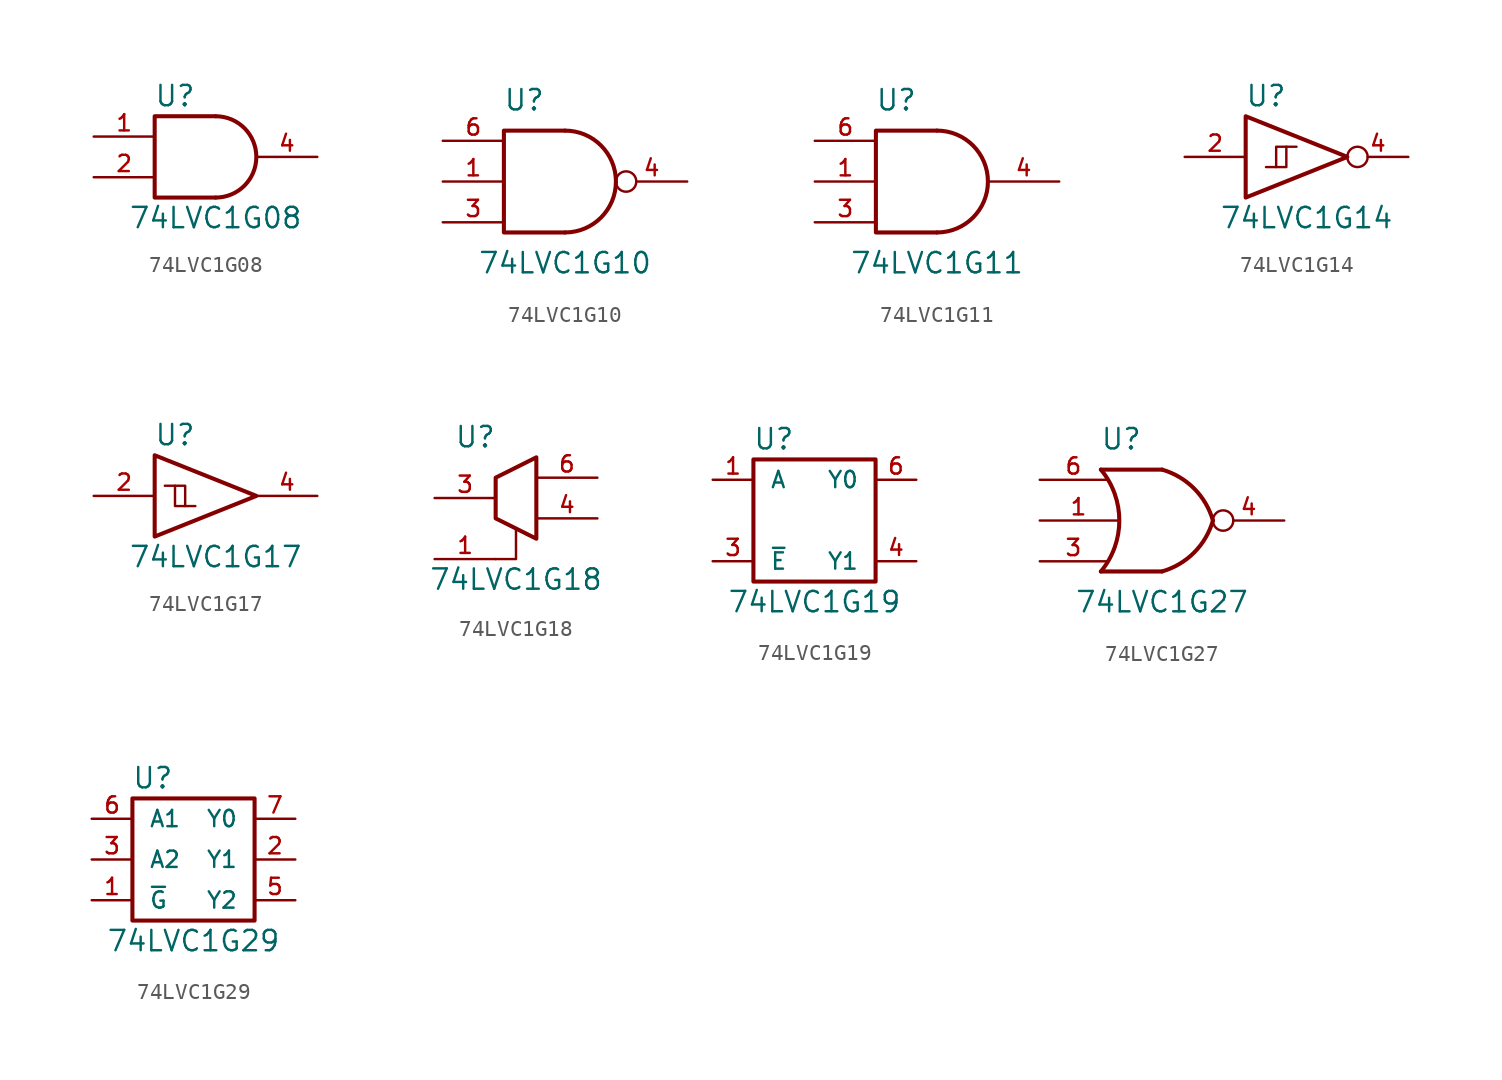
<source format=kicad_sym>
(kicad_symbol_lib
  (version 20201005)
  (generator kicad_symbol_editor)
  (symbol "74xGxx:74LVC1G08"
    (pin_names
      (offset 1.016))
    (property "Reference" "U"
      (at -2.54 3.81 0)
      (effects (font (size 1.27 1.27))))
    (property "Value" "74LVC1G08"
      (at 0 -3.81 0)
      (effects (font (size 1.27 1.27))))
    (symbol "74LVC1G08_0_1"
      (arc (start 0 -2.54) (end 0 2.54) (radius (at 0 0) (length 2.54) (angles -89.9 89.9)) (stroke (width 0.254)) (fill (type none)))
      (polyline (pts (xy 0 -2.54) (xy -3.81 -2.54) (xy -3.81 2.54) (xy 0 2.54)) (stroke (width 0.254)) (fill (type none))))
    (symbol "74LVC1G08_1_1"
      (pin input line (at -7.62 1.27 0) (length 3.81) (name "~" (effects (font (size 1.016 1.016)))) (number "1" (effects (font (size 1.016 1.016)))))
      (pin input line (at -7.62 -1.27 0) (length 3.81) (name "~" (effects (font (size 1.016 1.016)))) (number "2" (effects (font (size 1.016 1.016)))))
      (pin power_in line (at 0 -2.54 270) (length 0) hide (name "GND" (effects (font (size 1.016 1.016)))) (number "3" (effects (font (size 1.016 1.016)))))
      (pin output line (at 6.35 0 180) (length 3.81) (name "~" (effects (font (size 1.016 1.016)))) (number "4" (effects (font (size 1.016 1.016)))))
      (pin power_in line (at 0 2.54 90) (length 0) hide (name "VCC" (effects (font (size 1.016 1.016)))) (number "5" (effects (font (size 1.016 1.016)))))))
  (symbol "74xGxx:74LVC1G10"
    (pin_names
      (offset 1.016))
    (property "Reference" "U"
      (at -2.54 5.08 0)
      (effects (font (size 1.27 1.27))))
    (property "Value" "74LVC1G10"
      (at 0 -5.08 0)
      (effects (font (size 1.27 1.27))))
    (symbol "74LVC1G10_0_1"
      (arc (start 0 -3.175) (end 0 3.175) (radius (at 0 0) (length 3.175) (angles -89.9 89.9)) (stroke (width 0.254)) (fill (type none)))
      (polyline (pts (xy 0 -3.175) (xy -3.81 -3.175) (xy -3.81 3.175) (xy 0 3.175)) (stroke (width 0.254)) (fill (type none))))
    (symbol "74LVC1G10_1_1"
      (pin input line (at -7.62 0 0) (length 3.81) (name "~" (effects (font (size 1.016 1.016)))) (number "1" (effects (font (size 1.016 1.016)))))
      (pin power_in line (at 0 -3.175 270) (length 0) hide (name "GND" (effects (font (size 1.016 1.016)))) (number "2" (effects (font (size 1.016 1.016)))))
      (pin input line (at -7.62 -2.54 0) (length 3.81) (name "~" (effects (font (size 1.016 1.016)))) (number "3" (effects (font (size 1.016 1.016)))))
      (pin output inverted (at 7.62 0 180) (length 4.445) (name "~" (effects (font (size 1.016 1.016)))) (number "4" (effects (font (size 1.016 1.016)))))
      (pin power_in line (at 0 3.175 90) (length 0) hide (name "VCC" (effects (font (size 1.016 1.016)))) (number "5" (effects (font (size 1.016 1.016)))))
      (pin input line (at -7.62 2.54 0) (length 3.81) (name "~" (effects (font (size 1.016 1.016)))) (number "6" (effects (font (size 1.016 1.016)))))))
  (symbol "74xGxx:74LVC1G11"
    (pin_names
      (offset 1.016))
    (property "Reference" "U"
      (at -2.54 5.08 0)
      (effects (font (size 1.27 1.27))))
    (property "Value" "74LVC1G11"
      (at 0 -5.08 0)
      (effects (font (size 1.27 1.27))))
    (symbol "74LVC1G11_0_1"
      (arc (start 0 -3.175) (end 0 3.175) (radius (at 0 0) (length 3.175) (angles -89.9 89.9)) (stroke (width 0.254)) (fill (type none)))
      (polyline (pts (xy 0 -3.175) (xy -3.81 -3.175) (xy -3.81 3.175) (xy 0 3.175)) (stroke (width 0.254)) (fill (type none))))
    (symbol "74LVC1G11_1_1"
      (pin input line (at -7.62 0 0) (length 3.81) (name "~" (effects (font (size 1.016 1.016)))) (number "1" (effects (font (size 1.016 1.016)))))
      (pin power_in line (at 0 -3.175 270) (length 0) hide (name "GND" (effects (font (size 1.016 1.016)))) (number "2" (effects (font (size 1.016 1.016)))))
      (pin input line (at -7.62 -2.54 0) (length 3.81) (name "~" (effects (font (size 1.016 1.016)))) (number "3" (effects (font (size 1.016 1.016)))))
      (pin output line (at 7.62 0 180) (length 4.445) (name "~" (effects (font (size 1.016 1.016)))) (number "4" (effects (font (size 1.016 1.016)))))
      (pin power_in line (at 0 3.175 90) (length 0) hide (name "VCC" (effects (font (size 1.016 1.016)))) (number "5" (effects (font (size 1.016 1.016)))))
      (pin input line (at -7.62 2.54 0) (length 3.81) (name "~" (effects (font (size 1.016 1.016)))) (number "6" (effects (font (size 1.016 1.016)))))))
  (symbol "74xGxx:74LVC1G14"
    (pin_names
      (offset 1.016))
    (property "Reference" "U"
      (at -2.54 3.81 0)
      (effects (font (size 1.27 1.27))))
    (property "Value" "74LVC1G14"
      (at 0 -3.81 0)
      (effects (font (size 1.27 1.27))))
    (symbol "74LVC1G14_0_1"
      (polyline (pts (xy -1.905 -0.635) (xy -1.27 -0.635) (xy -1.27 0.635)) (stroke (width 0)) (fill (type none)))
      (polyline (pts (xy -3.81 2.54) (xy -3.81 -2.54) (xy 2.54 0) (xy -3.81 2.54)) (stroke (width 0.254)) (fill (type none)))
      (polyline (pts (xy -2.54 -0.635) (xy -1.905 -0.635) (xy -1.905 0.635) (xy -0.635 0.635)) (stroke (width 0)) (fill (type none))))
    (symbol "74LVC1G14_1_1"
      (pin input line (at -7.62 0 0) (length 3.81) (name "~" (effects (font (size 1.016 1.016)))) (number "2" (effects (font (size 1.016 1.016)))))
      (pin power_in line (at 0 -2.54 270) (length 0) hide (name "GND" (effects (font (size 1.016 1.016)))) (number "3" (effects (font (size 1.016 1.016)))))
      (pin output inverted (at 6.35 0 180) (length 3.81) (name "~" (effects (font (size 1.016 1.016)))) (number "4" (effects (font (size 1.016 1.016)))))
      (pin power_in line (at 0 2.54 90) (length 0) hide (name "VCC" (effects (font (size 1.016 1.016)))) (number "5" (effects (font (size 1.016 1.016)))))))
  (symbol "74xGxx:74LVC1G17"
    (pin_names
      (offset 1.016))
    (property "Reference" "U"
      (at -2.54 3.81 0)
      (effects (font (size 1.27 1.27))))
    (property "Value" "74LVC1G17"
      (at 0 -3.81 0)
      (effects (font (size 1.27 1.27))))
    (symbol "74LVC1G17_0_1"
      (polyline (pts (xy -2.54 0.635) (xy -1.905 0.635) (xy -1.905 -0.635)) (stroke (width 0)) (fill (type none)))
      (polyline (pts (xy -3.81 2.54) (xy -3.81 -2.54) (xy 2.54 0) (xy -3.81 2.54)) (stroke (width 0.254)) (fill (type none)))
      (polyline (pts (xy -3.175 0.635) (xy -2.54 0.635) (xy -2.54 -0.635) (xy -1.27 -0.635)) (stroke (width 0)) (fill (type none))))
    (symbol "74LVC1G17_1_1"
      (pin input line (at -7.62 0 0) (length 3.81) (name "~" (effects (font (size 1.016 1.016)))) (number "2" (effects (font (size 1.016 1.016)))))
      (pin power_in line (at 0 -2.54 270) (length 0) hide (name "GND" (effects (font (size 1.016 1.016)))) (number "3" (effects (font (size 1.016 1.016)))))
      (pin output line (at 6.35 0 180) (length 3.81) (name "~" (effects (font (size 1.016 1.016)))) (number "4" (effects (font (size 1.016 1.016)))))
      (pin power_in line (at 0 2.54 90) (length 0) hide (name "VCC" (effects (font (size 1.016 1.016)))) (number "5" (effects (font (size 1.016 1.016)))))))
  (symbol "74xGxx:74LVC1G18"
    (pin_names
      (offset 1.016))
    (property "Reference" "U"
      (at -2.54 3.81 0)
      (effects (font (size 1.27 1.27))))
    (property "Value" "74LVC1G18"
      (at 0 -5.08 0)
      (effects (font (size 1.27 1.27))))
    (symbol "74LVC1G18_0_1"
      (polyline (pts (xy -1.27 -3.81) (xy 0 -3.81) (xy 0 -1.905)) (stroke (width 0)) (fill (type none)))
      (polyline (pts (xy -1.27 1.27) (xy -1.27 -1.27) (xy 1.27 -2.54) (xy 1.27 -0.635) (xy 1.27 0) (xy 1.27 0.635) (xy 1.27 2.54) (xy -1.27 1.27)) (stroke (width 0.254)) (fill (type none))))
    (symbol "74LVC1G18_1_1"
      (pin input line (at -5.08 -3.81 0) (length 3.81) (name "~" (effects (font (size 1.016 1.016)))) (number "1" (effects (font (size 1.016 1.016)))))
      (pin power_in line (at 1.27 -2.54 270) (length 0) hide (name "GND" (effects (font (size 1.016 1.016)))) (number "2" (effects (font (size 1.016 1.016)))))
      (pin input line (at -5.08 0 0) (length 3.81) (name "~" (effects (font (size 1.016 1.016)))) (number "3" (effects (font (size 1.016 1.016)))))
      (pin tri_state line (at 5.08 -1.27 180) (length 3.81) (name "~" (effects (font (size 1.016 1.016)))) (number "4" (effects (font (size 1.016 1.016)))))
      (pin power_in line (at 1.27 2.54 90) (length 0) hide (name "VCC" (effects (font (size 1.016 1.016)))) (number "5" (effects (font (size 1.016 1.016)))))
      (pin tri_state line (at 5.08 1.27 180) (length 3.81) (name "~" (effects (font (size 1.016 1.016)))) (number "6" (effects (font (size 1.016 1.016)))))))
  (symbol "74xGxx:74LVC1G19"
    (pin_names
      (offset 1.016))
    (property "Reference" "U"
      (at -2.54 5.08 0)
      (effects (font (size 1.27 1.27))))
    (property "Value" "74LVC1G19"
      (at 0 -5.08 0)
      (effects (font (size 1.27 1.27))))
    (symbol "74LVC1G19_0_1"
      (rectangle (start -3.81 3.81) (end 3.81 -3.81) (stroke (width 0.254)) (fill (type none))))
    (symbol "74LVC1G19_1_1"
      (pin input line (at -6.35 2.54 0) (length 2.54) (name "A" (effects (font (size 1.016 1.016)))) (number "1" (effects (font (size 1.016 1.016)))))
      (pin power_in line (at 0 -3.81 270) (length 0) hide (name "GND" (effects (font (size 1.016 1.016)))) (number "2" (effects (font (size 1.016 1.016)))))
      (pin input line (at -6.35 -2.54 0) (length 2.54) (name "~E" (effects (font (size 1.016 1.016)))) (number "3" (effects (font (size 1.016 1.016)))))
      (pin output line (at 6.35 -2.54 180) (length 2.54) (name "Y1" (effects (font (size 1.016 1.016)))) (number "4" (effects (font (size 1.016 1.016)))))
      (pin power_in line (at 0 3.81 90) (length 0) hide (name "VCC" (effects (font (size 1.016 1.016)))) (number "5" (effects (font (size 1.016 1.016)))))
      (pin output line (at 6.35 2.54 180) (length 2.54) (name "Y0" (effects (font (size 1.016 1.016)))) (number "6" (effects (font (size 1.016 1.016)))))))
  (symbol "74xGxx:74LVC1G27"
    (pin_names
      (offset 1.016))
    (property "Reference" "U"
      (at -2.54 5.08 0)
      (effects (font (size 1.27 1.27))))
    (property "Value" "74LVC1G27"
      (at 0 -5.08 0)
      (effects (font (size 1.27 1.27))))
    (symbol "74LVC1G27_0_1"
      (arc (start -3.81 3.175) (end -3.81 -3.175) (radius (at -7.62 0) (length 4.953) (angles 39.8 -39.8)) (stroke (width 0.254)) (fill (type none)))
      (arc (start 0 3.175) (end 3.175 0) (radius (at -1.27 -1.27) (length 4.6228) (angles 74 15.9)) (stroke (width 0.254)) (fill (type none)))
      (arc (start 0 -3.175) (end 3.175 0) (radius (at -1.27 1.27) (length 4.6228) (angles -74 -15.9)) (stroke (width 0.254)) (fill (type none)))
      (polyline (pts (xy 0 -3.175) (xy -3.81 -3.175)) (stroke (width 0.254)) (fill (type none)))
      (polyline (pts (xy 0 3.175) (xy -3.81 3.175)) (stroke (width 0.254)) (fill (type none))))
    (symbol "74LVC1G27_1_1"
      (pin input line (at -7.62 0 0) (length 4.826) (name "~" (effects (font (size 1.016 1.016)))) (number "1" (effects (font (size 1.016 1.016)))))
      (pin power_in line (at 0 -3.175 270) (length 0) hide (name "GND" (effects (font (size 1.016 1.016)))) (number "2" (effects (font (size 1.016 1.016)))))
      (pin input line (at -7.62 -2.54 0) (length 4.191) (name "~" (effects (font (size 1.016 1.016)))) (number "3" (effects (font (size 1.016 1.016)))))
      (pin output inverted (at 7.62 0 180) (length 4.445) (name "~" (effects (font (size 1.016 1.016)))) (number "4" (effects (font (size 1.016 1.016)))))
      (pin power_in line (at 0 3.175 90) (length 0) hide (name "VCC" (effects (font (size 1.016 1.016)))) (number "5" (effects (font (size 1.016 1.016)))))
      (pin input line (at -7.62 2.54 0) (length 4.191) (name "~" (effects (font (size 1.016 1.016)))) (number "6" (effects (font (size 1.016 1.016)))))))
  (symbol "74xGxx:74LVC1G29"
    (pin_names
      (offset 1.016))
    (property "Reference" "U"
      (at -2.54 5.08 0)
      (effects (font (size 1.27 1.27))))
    (property "Value" "74LVC1G29"
      (at 0 -5.08 0)
      (effects (font (size 1.27 1.27))))
    (symbol "74LVC1G29_0_1"
      (rectangle (start -3.81 3.81) (end 3.81 -3.81) (stroke (width 0.254)) (fill (type none))))
    (symbol "74LVC1G29_1_1"
      (pin input line (at -6.35 -2.54 0) (length 2.54) (name "~G" (effects (font (size 1.016 1.016)))) (number "1" (effects (font (size 1.016 1.016)))))
      (pin output line (at 6.35 0 180) (length 2.54) (name "Y1" (effects (font (size 1.016 1.016)))) (number "2" (effects (font (size 1.016 1.016)))))
      (pin input line (at -6.35 0 0) (length 2.54) (name "A2" (effects (font (size 1.016 1.016)))) (number "3" (effects (font (size 1.016 1.016)))))
      (pin power_in line (at 0 -3.81 270) (length 0) hide (name "GND" (effects (font (size 1.016 1.016)))) (number "4" (effects (font (size 1.016 1.016)))))
      (pin output line (at 6.35 -2.54 180) (length 2.54) (name "Y2" (effects (font (size 1.016 1.016)))) (number "5" (effects (font (size 1.016 1.016)))))
      (pin input line (at -6.35 2.54 0) (length 2.54) (name "A1" (effects (font (size 1.016 1.016)))) (number "6" (effects (font (size 1.016 1.016)))))
      (pin output line (at 6.35 2.54 180) (length 2.54) (name "Y0" (effects (font (size 1.016 1.016)))) (number "7" (effects (font (size 1.016 1.016)))))
      (pin power_in line (at 0 3.81 90) (length 0) hide (name "VCC" (effects (font (size 1.016 1.016)))) (number "8" (effects (font (size 1.016 1.016))))))))
</source>
